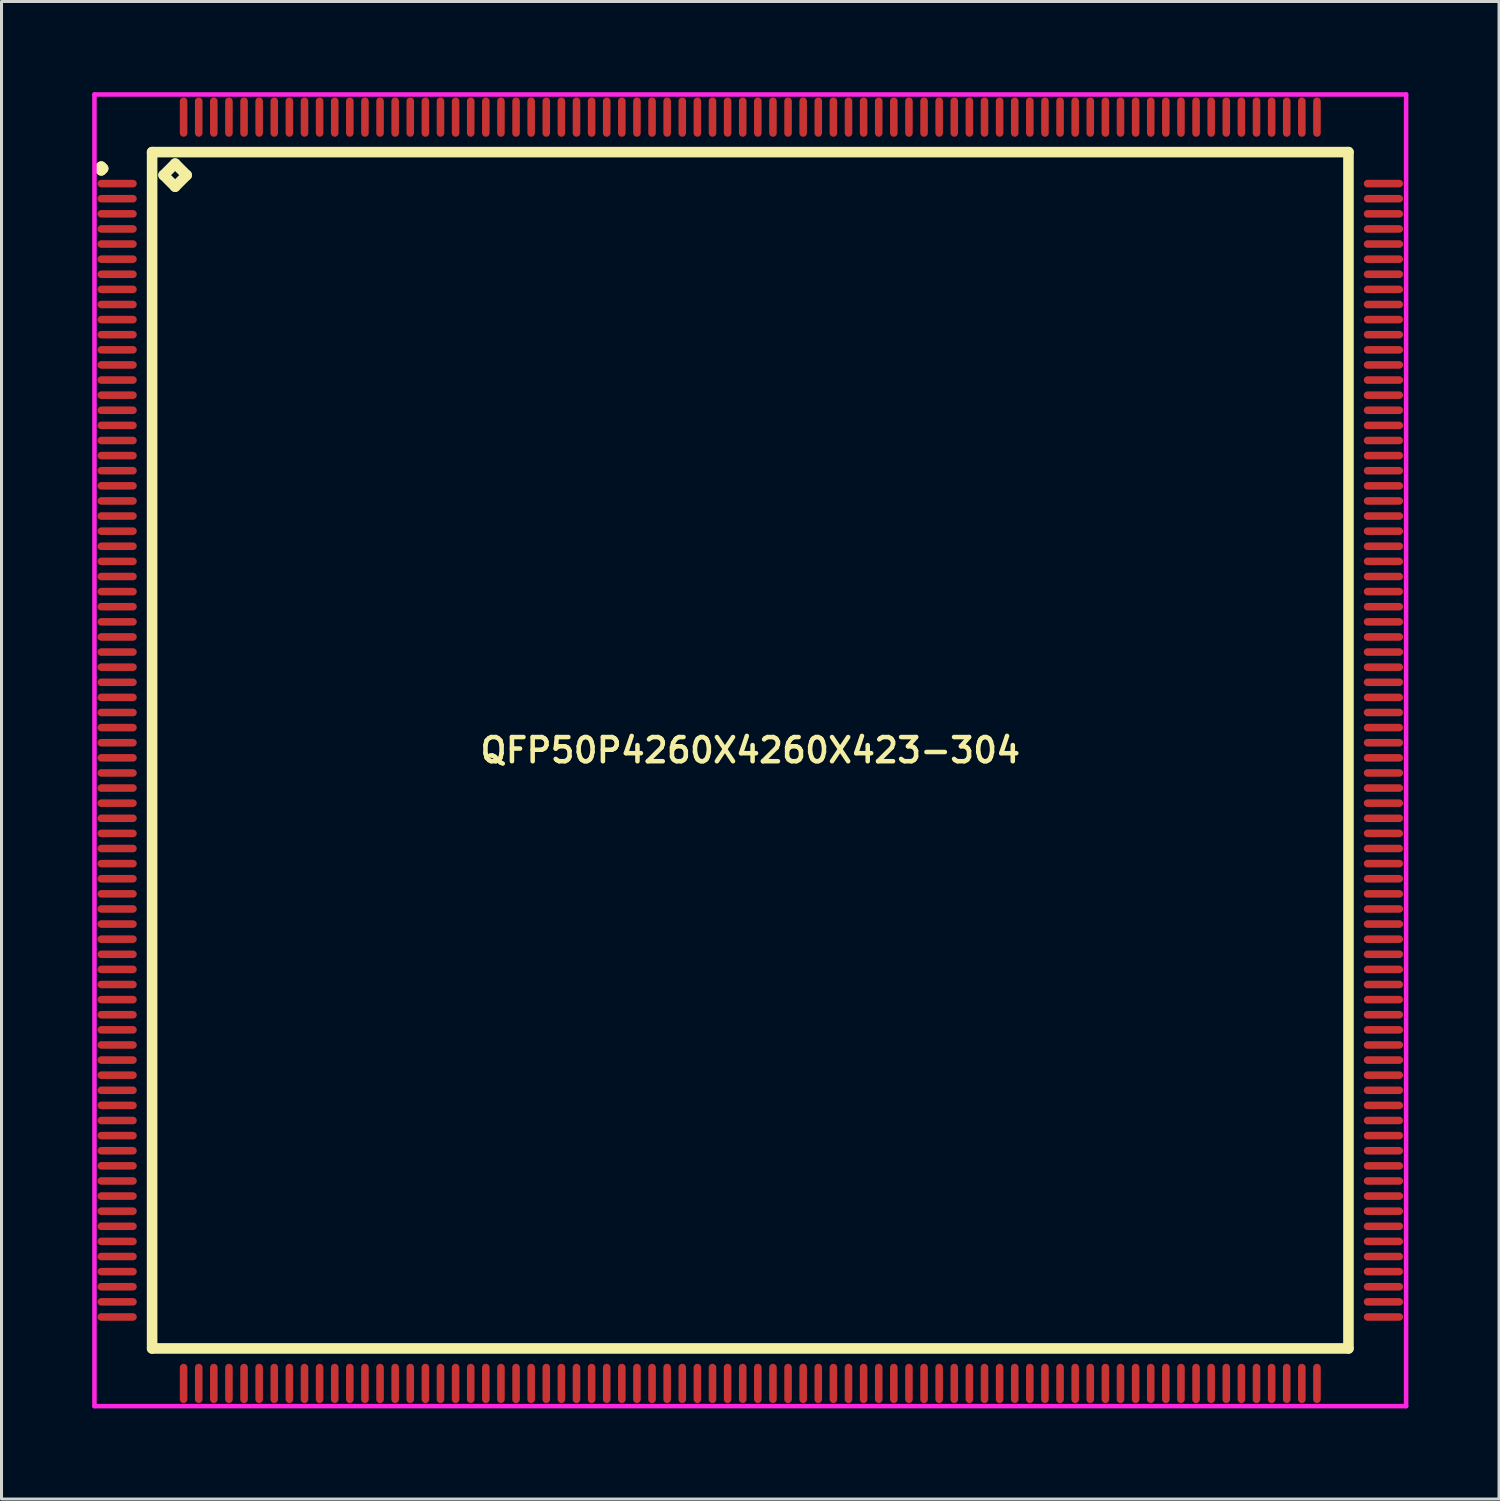
<source format=kicad_pcb>
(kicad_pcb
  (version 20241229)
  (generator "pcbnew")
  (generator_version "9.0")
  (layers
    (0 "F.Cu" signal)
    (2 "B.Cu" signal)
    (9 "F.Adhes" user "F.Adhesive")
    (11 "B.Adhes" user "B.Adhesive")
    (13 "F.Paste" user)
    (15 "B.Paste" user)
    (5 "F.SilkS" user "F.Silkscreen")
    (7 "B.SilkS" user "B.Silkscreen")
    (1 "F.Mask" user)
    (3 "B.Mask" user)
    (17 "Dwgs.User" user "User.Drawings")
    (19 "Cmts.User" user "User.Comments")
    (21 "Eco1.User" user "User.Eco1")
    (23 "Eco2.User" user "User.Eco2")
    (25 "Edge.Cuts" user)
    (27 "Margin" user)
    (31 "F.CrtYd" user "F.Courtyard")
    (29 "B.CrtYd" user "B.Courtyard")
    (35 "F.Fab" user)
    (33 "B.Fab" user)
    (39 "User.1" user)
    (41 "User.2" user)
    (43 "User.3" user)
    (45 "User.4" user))
  (footprint "QFP50P4260X4260X423-304"
    (layer "F.Cu")
    (at 21.775 21.775)
    (property "Reference" "QFP50P4260X4260X423-304" (at 0 0 0) (layer "F.SilkS") (effects (font (size 0.8 0.8) (thickness 0.15))))
    (attr smd)
    (fp_line (start -21.538 -19.25) (end -21.475 -19.312) (stroke (width 0.35) (type solid)) (layer "F.SilkS"))
    (fp_line (start -21.475 -19.312) (end -21.413 -19.25) (stroke (width 0.35) (type solid)) (layer "F.SilkS"))
    (fp_line (start -21.475 -19.188) (end -21.538 -19.25) (stroke (width 0.35) (type solid)) (layer "F.SilkS"))
    (fp_line (start -21.413 -19.25) (end -21.475 -19.188) (stroke (width 0.35) (type solid)) (layer "F.SilkS"))
    (fp_line (start -19.792 -19.792) (end -19.792 19.792) (stroke (width 0.35) (type solid)) (layer "F.SilkS"))
    (fp_line (start -19.792 19.792) (end 19.792 19.792) (stroke (width 0.35) (type solid)) (layer "F.SilkS"))
    (fp_line (start -19.411 -19.03) (end -19.03 -19.411) (stroke (width 0.35) (type solid)) (layer "F.SilkS"))
    (fp_line (start -19.03 -19.411) (end -18.649 -19.03) (stroke (width 0.35) (type solid)) (layer "F.SilkS"))
    (fp_line (start -19.03 -18.649) (end -19.411 -19.03) (stroke (width 0.35) (type solid)) (layer "F.SilkS"))
    (fp_line (start -18.649 -19.03) (end -19.03 -18.649) (stroke (width 0.35) (type solid)) (layer "F.SilkS"))
    (fp_line (start 19.792 -19.792) (end -19.792 -19.792) (stroke (width 0.35) (type solid)) (layer "F.SilkS"))
    (fp_line (start 19.792 19.792) (end 19.792 -19.792) (stroke (width 0.35) (type solid)) (layer "F.SilkS"))
    (fp_line (start -21.7 -21.7) (end 21.7 -21.7) (stroke (width 0.15) (type solid)) (layer "F.CrtYd"))
    (fp_line (start -21.7 21.7) (end -21.7 -21.7) (stroke (width 0.15) (type solid)) (layer "F.CrtYd"))
    (fp_line (start 21.7 -21.7) (end 21.7 21.7) (stroke (width 0.15) (type solid)) (layer "F.CrtYd"))
    (fp_line (start 21.7 21.7) (end -21.7 21.7) (stroke (width 0.15) (type solid)) (layer "F.CrtYd"))
    (pad "1" smd oval (at -20.95 -18.75) (size 1.3 0.25) (layers "F.Cu" "F.Mask" "F.Paste"))
    (pad "2" smd oval (at -20.95 -18.25) (size 1.3 0.25) (layers "F.Cu" "F.Mask" "F.Paste"))
    (pad "3" smd oval (at -20.95 -17.75) (size 1.3 0.25) (layers "F.Cu" "F.Mask" "F.Paste"))
    (pad "4" smd oval (at -20.95 -17.25) (size 1.3 0.25) (layers "F.Cu" "F.Mask" "F.Paste"))
    (pad "5" smd oval (at -20.95 -16.75) (size 1.3 0.25) (layers "F.Cu" "F.Mask" "F.Paste"))
    (pad "6" smd oval (at -20.95 -16.25) (size 1.3 0.25) (layers "F.Cu" "F.Mask" "F.Paste"))
    (pad "7" smd oval (at -20.95 -15.75) (size 1.3 0.25) (layers "F.Cu" "F.Mask" "F.Paste"))
    (pad "8" smd oval (at -20.95 -15.25) (size 1.3 0.25) (layers "F.Cu" "F.Mask" "F.Paste"))
    (pad "9" smd oval (at -20.95 -14.75) (size 1.3 0.25) (layers "F.Cu" "F.Mask" "F.Paste"))
    (pad "10" smd oval (at -20.95 -14.25) (size 1.3 0.25) (layers "F.Cu" "F.Mask" "F.Paste"))
    (pad "11" smd oval (at -20.95 -13.75) (size 1.3 0.25) (layers "F.Cu" "F.Mask" "F.Paste"))
    (pad "12" smd oval (at -20.95 -13.25) (size 1.3 0.25) (layers "F.Cu" "F.Mask" "F.Paste"))
    (pad "13" smd oval (at -20.95 -12.75) (size 1.3 0.25) (layers "F.Cu" "F.Mask" "F.Paste"))
    (pad "14" smd oval (at -20.95 -12.25) (size 1.3 0.25) (layers "F.Cu" "F.Mask" "F.Paste"))
    (pad "15" smd oval (at -20.95 -11.75) (size 1.3 0.25) (layers "F.Cu" "F.Mask" "F.Paste"))
    (pad "16" smd oval (at -20.95 -11.25) (size 1.3 0.25) (layers "F.Cu" "F.Mask" "F.Paste"))
    (pad "17" smd oval (at -20.95 -10.75) (size 1.3 0.25) (layers "F.Cu" "F.Mask" "F.Paste"))
    (pad "18" smd oval (at -20.95 -10.25) (size 1.3 0.25) (layers "F.Cu" "F.Mask" "F.Paste"))
    (pad "19" smd oval (at -20.95 -9.75) (size 1.3 0.25) (layers "F.Cu" "F.Mask" "F.Paste"))
    (pad "20" smd oval (at -20.95 -9.25) (size 1.3 0.25) (layers "F.Cu" "F.Mask" "F.Paste"))
    (pad "21" smd oval (at -20.95 -8.75) (size 1.3 0.25) (layers "F.Cu" "F.Mask" "F.Paste"))
    (pad "22" smd oval (at -20.95 -8.25) (size 1.3 0.25) (layers "F.Cu" "F.Mask" "F.Paste"))
    (pad "23" smd oval (at -20.95 -7.75) (size 1.3 0.25) (layers "F.Cu" "F.Mask" "F.Paste"))
    (pad "24" smd oval (at -20.95 -7.25) (size 1.3 0.25) (layers "F.Cu" "F.Mask" "F.Paste"))
    (pad "25" smd oval (at -20.95 -6.75) (size 1.3 0.25) (layers "F.Cu" "F.Mask" "F.Paste"))
    (pad "26" smd oval (at -20.95 -6.25) (size 1.3 0.25) (layers "F.Cu" "F.Mask" "F.Paste"))
    (pad "27" smd oval (at -20.95 -5.75) (size 1.3 0.25) (layers "F.Cu" "F.Mask" "F.Paste"))
    (pad "28" smd oval (at -20.95 -5.25) (size 1.3 0.25) (layers "F.Cu" "F.Mask" "F.Paste"))
    (pad "29" smd oval (at -20.95 -4.75) (size 1.3 0.25) (layers "F.Cu" "F.Mask" "F.Paste"))
    (pad "30" smd oval (at -20.95 -4.25) (size 1.3 0.25) (layers "F.Cu" "F.Mask" "F.Paste"))
    (pad "31" smd oval (at -20.95 -3.75) (size 1.3 0.25) (layers "F.Cu" "F.Mask" "F.Paste"))
    (pad "32" smd oval (at -20.95 -3.25) (size 1.3 0.25) (layers "F.Cu" "F.Mask" "F.Paste"))
    (pad "33" smd oval (at -20.95 -2.75) (size 1.3 0.25) (layers "F.Cu" "F.Mask" "F.Paste"))
    (pad "34" smd oval (at -20.95 -2.25) (size 1.3 0.25) (layers "F.Cu" "F.Mask" "F.Paste"))
    (pad "35" smd oval (at -20.95 -1.75) (size 1.3 0.25) (layers "F.Cu" "F.Mask" "F.Paste"))
    (pad "36" smd oval (at -20.95 -1.25) (size 1.3 0.25) (layers "F.Cu" "F.Mask" "F.Paste"))
    (pad "37" smd oval (at -20.95 -0.75) (size 1.3 0.25) (layers "F.Cu" "F.Mask" "F.Paste"))
    (pad "38" smd oval (at -20.95 -0.25) (size 1.3 0.25) (layers "F.Cu" "F.Mask" "F.Paste"))
    (pad "39" smd oval (at -20.95 0.25) (size 1.3 0.25) (layers "F.Cu" "F.Mask" "F.Paste"))
    (pad "40" smd oval (at -20.95 0.75) (size 1.3 0.25) (layers "F.Cu" "F.Mask" "F.Paste"))
    (pad "41" smd oval (at -20.95 1.25) (size 1.3 0.25) (layers "F.Cu" "F.Mask" "F.Paste"))
    (pad "42" smd oval (at -20.95 1.75) (size 1.3 0.25) (layers "F.Cu" "F.Mask" "F.Paste"))
    (pad "43" smd oval (at -20.95 2.25) (size 1.3 0.25) (layers "F.Cu" "F.Mask" "F.Paste"))
    (pad "44" smd oval (at -20.95 2.75) (size 1.3 0.25) (layers "F.Cu" "F.Mask" "F.Paste"))
    (pad "45" smd oval (at -20.95 3.25) (size 1.3 0.25) (layers "F.Cu" "F.Mask" "F.Paste"))
    (pad "46" smd oval (at -20.95 3.75) (size 1.3 0.25) (layers "F.Cu" "F.Mask" "F.Paste"))
    (pad "47" smd oval (at -20.95 4.25) (size 1.3 0.25) (layers "F.Cu" "F.Mask" "F.Paste"))
    (pad "48" smd oval (at -20.95 4.75) (size 1.3 0.25) (layers "F.Cu" "F.Mask" "F.Paste"))
    (pad "49" smd oval (at -20.95 5.25) (size 1.3 0.25) (layers "F.Cu" "F.Mask" "F.Paste"))
    (pad "50" smd oval (at -20.95 5.75) (size 1.3 0.25) (layers "F.Cu" "F.Mask" "F.Paste"))
    (pad "51" smd oval (at -20.95 6.25) (size 1.3 0.25) (layers "F.Cu" "F.Mask" "F.Paste"))
    (pad "52" smd oval (at -20.95 6.75) (size 1.3 0.25) (layers "F.Cu" "F.Mask" "F.Paste"))
    (pad "53" smd oval (at -20.95 7.25) (size 1.3 0.25) (layers "F.Cu" "F.Mask" "F.Paste"))
    (pad "54" smd oval (at -20.95 7.75) (size 1.3 0.25) (layers "F.Cu" "F.Mask" "F.Paste"))
    (pad "55" smd oval (at -20.95 8.25) (size 1.3 0.25) (layers "F.Cu" "F.Mask" "F.Paste"))
    (pad "56" smd oval (at -20.95 8.75) (size 1.3 0.25) (layers "F.Cu" "F.Mask" "F.Paste"))
    (pad "57" smd oval (at -20.95 9.25) (size 1.3 0.25) (layers "F.Cu" "F.Mask" "F.Paste"))
    (pad "58" smd oval (at -20.95 9.75) (size 1.3 0.25) (layers "F.Cu" "F.Mask" "F.Paste"))
    (pad "59" smd oval (at -20.95 10.25) (size 1.3 0.25) (layers "F.Cu" "F.Mask" "F.Paste"))
    (pad "60" smd oval (at -20.95 10.75) (size 1.3 0.25) (layers "F.Cu" "F.Mask" "F.Paste"))
    (pad "61" smd oval (at -20.95 11.25) (size 1.3 0.25) (layers "F.Cu" "F.Mask" "F.Paste"))
    (pad "62" smd oval (at -20.95 11.75) (size 1.3 0.25) (layers "F.Cu" "F.Mask" "F.Paste"))
    (pad "63" smd oval (at -20.95 12.25) (size 1.3 0.25) (layers "F.Cu" "F.Mask" "F.Paste"))
    (pad "64" smd oval (at -20.95 12.75) (size 1.3 0.25) (layers "F.Cu" "F.Mask" "F.Paste"))
    (pad "65" smd oval (at -20.95 13.25) (size 1.3 0.25) (layers "F.Cu" "F.Mask" "F.Paste"))
    (pad "66" smd oval (at -20.95 13.75) (size 1.3 0.25) (layers "F.Cu" "F.Mask" "F.Paste"))
    (pad "67" smd oval (at -20.95 14.25) (size 1.3 0.25) (layers "F.Cu" "F.Mask" "F.Paste"))
    (pad "68" smd oval (at -20.95 14.75) (size 1.3 0.25) (layers "F.Cu" "F.Mask" "F.Paste"))
    (pad "69" smd oval (at -20.95 15.25) (size 1.3 0.25) (layers "F.Cu" "F.Mask" "F.Paste"))
    (pad "70" smd oval (at -20.95 15.75) (size 1.3 0.25) (layers "F.Cu" "F.Mask" "F.Paste"))
    (pad "71" smd oval (at -20.95 16.25) (size 1.3 0.25) (layers "F.Cu" "F.Mask" "F.Paste"))
    (pad "72" smd oval (at -20.95 16.75) (size 1.3 0.25) (layers "F.Cu" "F.Mask" "F.Paste"))
    (pad "73" smd oval (at -20.95 17.25) (size 1.3 0.25) (layers "F.Cu" "F.Mask" "F.Paste"))
    (pad "74" smd oval (at -20.95 17.75) (size 1.3 0.25) (layers "F.Cu" "F.Mask" "F.Paste"))
    (pad "75" smd oval (at -20.95 18.25) (size 1.3 0.25) (layers "F.Cu" "F.Mask" "F.Paste"))
    (pad "76" smd oval (at -20.95 18.75) (size 1.3 0.25) (layers "F.Cu" "F.Mask" "F.Paste"))
    (pad "77" smd oval (at -18.75 20.95) (size 0.25 1.3) (layers "F.Cu" "F.Mask" "F.Paste"))
    (pad "78" smd oval (at -18.25 20.95) (size 0.25 1.3) (layers "F.Cu" "F.Mask" "F.Paste"))
    (pad "79" smd oval (at -17.75 20.95) (size 0.25 1.3) (layers "F.Cu" "F.Mask" "F.Paste"))
    (pad "80" smd oval (at -17.25 20.95) (size 0.25 1.3) (layers "F.Cu" "F.Mask" "F.Paste"))
    (pad "81" smd oval (at -16.75 20.95) (size 0.25 1.3) (layers "F.Cu" "F.Mask" "F.Paste"))
    (pad "82" smd oval (at -16.25 20.95) (size 0.25 1.3) (layers "F.Cu" "F.Mask" "F.Paste"))
    (pad "83" smd oval (at -15.75 20.95) (size 0.25 1.3) (layers "F.Cu" "F.Mask" "F.Paste"))
    (pad "84" smd oval (at -15.25 20.95) (size 0.25 1.3) (layers "F.Cu" "F.Mask" "F.Paste"))
    (pad "85" smd oval (at -14.75 20.95) (size 0.25 1.3) (layers "F.Cu" "F.Mask" "F.Paste"))
    (pad "86" smd oval (at -14.25 20.95) (size 0.25 1.3) (layers "F.Cu" "F.Mask" "F.Paste"))
    (pad "87" smd oval (at -13.75 20.95) (size 0.25 1.3) (layers "F.Cu" "F.Mask" "F.Paste"))
    (pad "88" smd oval (at -13.25 20.95) (size 0.25 1.3) (layers "F.Cu" "F.Mask" "F.Paste"))
    (pad "89" smd oval (at -12.75 20.95) (size 0.25 1.3) (layers "F.Cu" "F.Mask" "F.Paste"))
    (pad "90" smd oval (at -12.25 20.95) (size 0.25 1.3) (layers "F.Cu" "F.Mask" "F.Paste"))
    (pad "91" smd oval (at -11.75 20.95) (size 0.25 1.3) (layers "F.Cu" "F.Mask" "F.Paste"))
    (pad "92" smd oval (at -11.25 20.95) (size 0.25 1.3) (layers "F.Cu" "F.Mask" "F.Paste"))
    (pad "93" smd oval (at -10.75 20.95) (size 0.25 1.3) (layers "F.Cu" "F.Mask" "F.Paste"))
    (pad "94" smd oval (at -10.25 20.95) (size 0.25 1.3) (layers "F.Cu" "F.Mask" "F.Paste"))
    (pad "95" smd oval (at -9.75 20.95) (size 0.25 1.3) (layers "F.Cu" "F.Mask" "F.Paste"))
    (pad "96" smd oval (at -9.25 20.95) (size 0.25 1.3) (layers "F.Cu" "F.Mask" "F.Paste"))
    (pad "97" smd oval (at -8.75 20.95) (size 0.25 1.3) (layers "F.Cu" "F.Mask" "F.Paste"))
    (pad "98" smd oval (at -8.25 20.95) (size 0.25 1.3) (layers "F.Cu" "F.Mask" "F.Paste"))
    (pad "99" smd oval (at -7.75 20.95) (size 0.25 1.3) (layers "F.Cu" "F.Mask" "F.Paste"))
    (pad "100" smd oval (at -7.25 20.95) (size 0.25 1.3) (layers "F.Cu" "F.Mask" "F.Paste"))
    (pad "101" smd oval (at -6.75 20.95) (size 0.25 1.3) (layers "F.Cu" "F.Mask" "F.Paste"))
    (pad "102" smd oval (at -6.25 20.95) (size 0.25 1.3) (layers "F.Cu" "F.Mask" "F.Paste"))
    (pad "103" smd oval (at -5.75 20.95) (size 0.25 1.3) (layers "F.Cu" "F.Mask" "F.Paste"))
    (pad "104" smd oval (at -5.25 20.95) (size 0.25 1.3) (layers "F.Cu" "F.Mask" "F.Paste"))
    (pad "105" smd oval (at -4.75 20.95) (size 0.25 1.3) (layers "F.Cu" "F.Mask" "F.Paste"))
    (pad "106" smd oval (at -4.25 20.95) (size 0.25 1.3) (layers "F.Cu" "F.Mask" "F.Paste"))
    (pad "107" smd oval (at -3.75 20.95) (size 0.25 1.3) (layers "F.Cu" "F.Mask" "F.Paste"))
    (pad "108" smd oval (at -3.25 20.95) (size 0.25 1.3) (layers "F.Cu" "F.Mask" "F.Paste"))
    (pad "109" smd oval (at -2.75 20.95) (size 0.25 1.3) (layers "F.Cu" "F.Mask" "F.Paste"))
    (pad "110" smd oval (at -2.25 20.95) (size 0.25 1.3) (layers "F.Cu" "F.Mask" "F.Paste"))
    (pad "111" smd oval (at -1.75 20.95) (size 0.25 1.3) (layers "F.Cu" "F.Mask" "F.Paste"))
    (pad "112" smd oval (at -1.25 20.95) (size 0.25 1.3) (layers "F.Cu" "F.Mask" "F.Paste"))
    (pad "113" smd oval (at -0.75 20.95) (size 0.25 1.3) (layers "F.Cu" "F.Mask" "F.Paste"))
    (pad "114" smd oval (at -0.25 20.95) (size 0.25 1.3) (layers "F.Cu" "F.Mask" "F.Paste"))
    (pad "115" smd oval (at 0.25 20.95) (size 0.25 1.3) (layers "F.Cu" "F.Mask" "F.Paste"))
    (pad "116" smd oval (at 0.75 20.95) (size 0.25 1.3) (layers "F.Cu" "F.Mask" "F.Paste"))
    (pad "117" smd oval (at 1.25 20.95) (size 0.25 1.3) (layers "F.Cu" "F.Mask" "F.Paste"))
    (pad "118" smd oval (at 1.75 20.95) (size 0.25 1.3) (layers "F.Cu" "F.Mask" "F.Paste"))
    (pad "119" smd oval (at 2.25 20.95) (size 0.25 1.3) (layers "F.Cu" "F.Mask" "F.Paste"))
    (pad "120" smd oval (at 2.75 20.95) (size 0.25 1.3) (layers "F.Cu" "F.Mask" "F.Paste"))
    (pad "121" smd oval (at 3.25 20.95) (size 0.25 1.3) (layers "F.Cu" "F.Mask" "F.Paste"))
    (pad "122" smd oval (at 3.75 20.95) (size 0.25 1.3) (layers "F.Cu" "F.Mask" "F.Paste"))
    (pad "123" smd oval (at 4.25 20.95) (size 0.25 1.3) (layers "F.Cu" "F.Mask" "F.Paste"))
    (pad "124" smd oval (at 4.75 20.95) (size 0.25 1.3) (layers "F.Cu" "F.Mask" "F.Paste"))
    (pad "125" smd oval (at 5.25 20.95) (size 0.25 1.3) (layers "F.Cu" "F.Mask" "F.Paste"))
    (pad "126" smd oval (at 5.75 20.95) (size 0.25 1.3) (layers "F.Cu" "F.Mask" "F.Paste"))
    (pad "127" smd oval (at 6.25 20.95) (size 0.25 1.3) (layers "F.Cu" "F.Mask" "F.Paste"))
    (pad "128" smd oval (at 6.75 20.95) (size 0.25 1.3) (layers "F.Cu" "F.Mask" "F.Paste"))
    (pad "129" smd oval (at 7.25 20.95) (size 0.25 1.3) (layers "F.Cu" "F.Mask" "F.Paste"))
    (pad "130" smd oval (at 7.75 20.95) (size 0.25 1.3) (layers "F.Cu" "F.Mask" "F.Paste"))
    (pad "131" smd oval (at 8.25 20.95) (size 0.25 1.3) (layers "F.Cu" "F.Mask" "F.Paste"))
    (pad "132" smd oval (at 8.75 20.95) (size 0.25 1.3) (layers "F.Cu" "F.Mask" "F.Paste"))
    (pad "133" smd oval (at 9.25 20.95) (size 0.25 1.3) (layers "F.Cu" "F.Mask" "F.Paste"))
    (pad "134" smd oval (at 9.75 20.95) (size 0.25 1.3) (layers "F.Cu" "F.Mask" "F.Paste"))
    (pad "135" smd oval (at 10.25 20.95) (size 0.25 1.3) (layers "F.Cu" "F.Mask" "F.Paste"))
    (pad "136" smd oval (at 10.75 20.95) (size 0.25 1.3) (layers "F.Cu" "F.Mask" "F.Paste"))
    (pad "137" smd oval (at 11.25 20.95) (size 0.25 1.3) (layers "F.Cu" "F.Mask" "F.Paste"))
    (pad "138" smd oval (at 11.75 20.95) (size 0.25 1.3) (layers "F.Cu" "F.Mask" "F.Paste"))
    (pad "139" smd oval (at 12.25 20.95) (size 0.25 1.3) (layers "F.Cu" "F.Mask" "F.Paste"))
    (pad "140" smd oval (at 12.75 20.95) (size 0.25 1.3) (layers "F.Cu" "F.Mask" "F.Paste"))
    (pad "141" smd oval (at 13.25 20.95) (size 0.25 1.3) (layers "F.Cu" "F.Mask" "F.Paste"))
    (pad "142" smd oval (at 13.75 20.95) (size 0.25 1.3) (layers "F.Cu" "F.Mask" "F.Paste"))
    (pad "143" smd oval (at 14.25 20.95) (size 0.25 1.3) (layers "F.Cu" "F.Mask" "F.Paste"))
    (pad "144" smd oval (at 14.75 20.95) (size 0.25 1.3) (layers "F.Cu" "F.Mask" "F.Paste"))
    (pad "145" smd oval (at 15.25 20.95) (size 0.25 1.3) (layers "F.Cu" "F.Mask" "F.Paste"))
    (pad "146" smd oval (at 15.75 20.95) (size 0.25 1.3) (layers "F.Cu" "F.Mask" "F.Paste"))
    (pad "147" smd oval (at 16.25 20.95) (size 0.25 1.3) (layers "F.Cu" "F.Mask" "F.Paste"))
    (pad "148" smd oval (at 16.75 20.95) (size 0.25 1.3) (layers "F.Cu" "F.Mask" "F.Paste"))
    (pad "149" smd oval (at 17.25 20.95) (size 0.25 1.3) (layers "F.Cu" "F.Mask" "F.Paste"))
    (pad "150" smd oval (at 17.75 20.95) (size 0.25 1.3) (layers "F.Cu" "F.Mask" "F.Paste"))
    (pad "151" smd oval (at 18.25 20.95) (size 0.25 1.3) (layers "F.Cu" "F.Mask" "F.Paste"))
    (pad "152" smd oval (at 18.75 20.95) (size 0.25 1.3) (layers "F.Cu" "F.Mask" "F.Paste"))
    (pad "153" smd oval (at 20.95 18.75) (size 1.3 0.25) (layers "F.Cu" "F.Mask" "F.Paste"))
    (pad "154" smd oval (at 20.95 18.25) (size 1.3 0.25) (layers "F.Cu" "F.Mask" "F.Paste"))
    (pad "155" smd oval (at 20.95 17.75) (size 1.3 0.25) (layers "F.Cu" "F.Mask" "F.Paste"))
    (pad "156" smd oval (at 20.95 17.25) (size 1.3 0.25) (layers "F.Cu" "F.Mask" "F.Paste"))
    (pad "157" smd oval (at 20.95 16.75) (size 1.3 0.25) (layers "F.Cu" "F.Mask" "F.Paste"))
    (pad "158" smd oval (at 20.95 16.25) (size 1.3 0.25) (layers "F.Cu" "F.Mask" "F.Paste"))
    (pad "159" smd oval (at 20.95 15.75) (size 1.3 0.25) (layers "F.Cu" "F.Mask" "F.Paste"))
    (pad "160" smd oval (at 20.95 15.25) (size 1.3 0.25) (layers "F.Cu" "F.Mask" "F.Paste"))
    (pad "161" smd oval (at 20.95 14.75) (size 1.3 0.25) (layers "F.Cu" "F.Mask" "F.Paste"))
    (pad "162" smd oval (at 20.95 14.25) (size 1.3 0.25) (layers "F.Cu" "F.Mask" "F.Paste"))
    (pad "163" smd oval (at 20.95 13.75) (size 1.3 0.25) (layers "F.Cu" "F.Mask" "F.Paste"))
    (pad "164" smd oval (at 20.95 13.25) (size 1.3 0.25) (layers "F.Cu" "F.Mask" "F.Paste"))
    (pad "165" smd oval (at 20.95 12.75) (size 1.3 0.25) (layers "F.Cu" "F.Mask" "F.Paste"))
    (pad "166" smd oval (at 20.95 12.25) (size 1.3 0.25) (layers "F.Cu" "F.Mask" "F.Paste"))
    (pad "167" smd oval (at 20.95 11.75) (size 1.3 0.25) (layers "F.Cu" "F.Mask" "F.Paste"))
    (pad "168" smd oval (at 20.95 11.25) (size 1.3 0.25) (layers "F.Cu" "F.Mask" "F.Paste"))
    (pad "169" smd oval (at 20.95 10.75) (size 1.3 0.25) (layers "F.Cu" "F.Mask" "F.Paste"))
    (pad "170" smd oval (at 20.95 10.25) (size 1.3 0.25) (layers "F.Cu" "F.Mask" "F.Paste"))
    (pad "171" smd oval (at 20.95 9.75) (size 1.3 0.25) (layers "F.Cu" "F.Mask" "F.Paste"))
    (pad "172" smd oval (at 20.95 9.25) (size 1.3 0.25) (layers "F.Cu" "F.Mask" "F.Paste"))
    (pad "173" smd oval (at 20.95 8.75) (size 1.3 0.25) (layers "F.Cu" "F.Mask" "F.Paste"))
    (pad "174" smd oval (at 20.95 8.25) (size 1.3 0.25) (layers "F.Cu" "F.Mask" "F.Paste"))
    (pad "175" smd oval (at 20.95 7.75) (size 1.3 0.25) (layers "F.Cu" "F.Mask" "F.Paste"))
    (pad "176" smd oval (at 20.95 7.25) (size 1.3 0.25) (layers "F.Cu" "F.Mask" "F.Paste"))
    (pad "177" smd oval (at 20.95 6.75) (size 1.3 0.25) (layers "F.Cu" "F.Mask" "F.Paste"))
    (pad "178" smd oval (at 20.95 6.25) (size 1.3 0.25) (layers "F.Cu" "F.Mask" "F.Paste"))
    (pad "179" smd oval (at 20.95 5.75) (size 1.3 0.25) (layers "F.Cu" "F.Mask" "F.Paste"))
    (pad "180" smd oval (at 20.95 5.25) (size 1.3 0.25) (layers "F.Cu" "F.Mask" "F.Paste"))
    (pad "181" smd oval (at 20.95 4.75) (size 1.3 0.25) (layers "F.Cu" "F.Mask" "F.Paste"))
    (pad "182" smd oval (at 20.95 4.25) (size 1.3 0.25) (layers "F.Cu" "F.Mask" "F.Paste"))
    (pad "183" smd oval (at 20.95 3.75) (size 1.3 0.25) (layers "F.Cu" "F.Mask" "F.Paste"))
    (pad "184" smd oval (at 20.95 3.25) (size 1.3 0.25) (layers "F.Cu" "F.Mask" "F.Paste"))
    (pad "185" smd oval (at 20.95 2.75) (size 1.3 0.25) (layers "F.Cu" "F.Mask" "F.Paste"))
    (pad "186" smd oval (at 20.95 2.25) (size 1.3 0.25) (layers "F.Cu" "F.Mask" "F.Paste"))
    (pad "187" smd oval (at 20.95 1.75) (size 1.3 0.25) (layers "F.Cu" "F.Mask" "F.Paste"))
    (pad "188" smd oval (at 20.95 1.25) (size 1.3 0.25) (layers "F.Cu" "F.Mask" "F.Paste"))
    (pad "189" smd oval (at 20.95 0.75) (size 1.3 0.25) (layers "F.Cu" "F.Mask" "F.Paste"))
    (pad "190" smd oval (at 20.95 0.25) (size 1.3 0.25) (layers "F.Cu" "F.Mask" "F.Paste"))
    (pad "191" smd oval (at 20.95 -0.25) (size 1.3 0.25) (layers "F.Cu" "F.Mask" "F.Paste"))
    (pad "192" smd oval (at 20.95 -0.75) (size 1.3 0.25) (layers "F.Cu" "F.Mask" "F.Paste"))
    (pad "193" smd oval (at 20.95 -1.25) (size 1.3 0.25) (layers "F.Cu" "F.Mask" "F.Paste"))
    (pad "194" smd oval (at 20.95 -1.75) (size 1.3 0.25) (layers "F.Cu" "F.Mask" "F.Paste"))
    (pad "195" smd oval (at 20.95 -2.25) (size 1.3 0.25) (layers "F.Cu" "F.Mask" "F.Paste"))
    (pad "196" smd oval (at 20.95 -2.75) (size 1.3 0.25) (layers "F.Cu" "F.Mask" "F.Paste"))
    (pad "197" smd oval (at 20.95 -3.25) (size 1.3 0.25) (layers "F.Cu" "F.Mask" "F.Paste"))
    (pad "198" smd oval (at 20.95 -3.75) (size 1.3 0.25) (layers "F.Cu" "F.Mask" "F.Paste"))
    (pad "199" smd oval (at 20.95 -4.25) (size 1.3 0.25) (layers "F.Cu" "F.Mask" "F.Paste"))
    (pad "200" smd oval (at 20.95 -4.75) (size 1.3 0.25) (layers "F.Cu" "F.Mask" "F.Paste"))
    (pad "201" smd oval (at 20.95 -5.25) (size 1.3 0.25) (layers "F.Cu" "F.Mask" "F.Paste"))
    (pad "202" smd oval (at 20.95 -5.75) (size 1.3 0.25) (layers "F.Cu" "F.Mask" "F.Paste"))
    (pad "203" smd oval (at 20.95 -6.25) (size 1.3 0.25) (layers "F.Cu" "F.Mask" "F.Paste"))
    (pad "204" smd oval (at 20.95 -6.75) (size 1.3 0.25) (layers "F.Cu" "F.Mask" "F.Paste"))
    (pad "205" smd oval (at 20.95 -7.25) (size 1.3 0.25) (layers "F.Cu" "F.Mask" "F.Paste"))
    (pad "206" smd oval (at 20.95 -7.75) (size 1.3 0.25) (layers "F.Cu" "F.Mask" "F.Paste"))
    (pad "207" smd oval (at 20.95 -8.25) (size 1.3 0.25) (layers "F.Cu" "F.Mask" "F.Paste"))
    (pad "208" smd oval (at 20.95 -8.75) (size 1.3 0.25) (layers "F.Cu" "F.Mask" "F.Paste"))
    (pad "209" smd oval (at 20.95 -9.25) (size 1.3 0.25) (layers "F.Cu" "F.Mask" "F.Paste"))
    (pad "210" smd oval (at 20.95 -9.75) (size 1.3 0.25) (layers "F.Cu" "F.Mask" "F.Paste"))
    (pad "211" smd oval (at 20.95 -10.25) (size 1.3 0.25) (layers "F.Cu" "F.Mask" "F.Paste"))
    (pad "212" smd oval (at 20.95 -10.75) (size 1.3 0.25) (layers "F.Cu" "F.Mask" "F.Paste"))
    (pad "213" smd oval (at 20.95 -11.25) (size 1.3 0.25) (layers "F.Cu" "F.Mask" "F.Paste"))
    (pad "214" smd oval (at 20.95 -11.75) (size 1.3 0.25) (layers "F.Cu" "F.Mask" "F.Paste"))
    (pad "215" smd oval (at 20.95 -12.25) (size 1.3 0.25) (layers "F.Cu" "F.Mask" "F.Paste"))
    (pad "216" smd oval (at 20.95 -12.75) (size 1.3 0.25) (layers "F.Cu" "F.Mask" "F.Paste"))
    (pad "217" smd oval (at 20.95 -13.25) (size 1.3 0.25) (layers "F.Cu" "F.Mask" "F.Paste"))
    (pad "218" smd oval (at 20.95 -13.75) (size 1.3 0.25) (layers "F.Cu" "F.Mask" "F.Paste"))
    (pad "219" smd oval (at 20.95 -14.25) (size 1.3 0.25) (layers "F.Cu" "F.Mask" "F.Paste"))
    (pad "220" smd oval (at 20.95 -14.75) (size 1.3 0.25) (layers "F.Cu" "F.Mask" "F.Paste"))
    (pad "221" smd oval (at 20.95 -15.25) (size 1.3 0.25) (layers "F.Cu" "F.Mask" "F.Paste"))
    (pad "222" smd oval (at 20.95 -15.75) (size 1.3 0.25) (layers "F.Cu" "F.Mask" "F.Paste"))
    (pad "223" smd oval (at 20.95 -16.25) (size 1.3 0.25) (layers "F.Cu" "F.Mask" "F.Paste"))
    (pad "224" smd oval (at 20.95 -16.75) (size 1.3 0.25) (layers "F.Cu" "F.Mask" "F.Paste"))
    (pad "225" smd oval (at 20.95 -17.25) (size 1.3 0.25) (layers "F.Cu" "F.Mask" "F.Paste"))
    (pad "226" smd oval (at 20.95 -17.75) (size 1.3 0.25) (layers "F.Cu" "F.Mask" "F.Paste"))
    (pad "227" smd oval (at 20.95 -18.25) (size 1.3 0.25) (layers "F.Cu" "F.Mask" "F.Paste"))
    (pad "228" smd oval (at 20.95 -18.75) (size 1.3 0.25) (layers "F.Cu" "F.Mask" "F.Paste"))
    (pad "229" smd oval (at 18.75 -20.95) (size 0.25 1.3) (layers "F.Cu" "F.Mask" "F.Paste"))
    (pad "230" smd oval (at 18.25 -20.95) (size 0.25 1.3) (layers "F.Cu" "F.Mask" "F.Paste"))
    (pad "231" smd oval (at 17.75 -20.95) (size 0.25 1.3) (layers "F.Cu" "F.Mask" "F.Paste"))
    (pad "232" smd oval (at 17.25 -20.95) (size 0.25 1.3) (layers "F.Cu" "F.Mask" "F.Paste"))
    (pad "233" smd oval (at 16.75 -20.95) (size 0.25 1.3) (layers "F.Cu" "F.Mask" "F.Paste"))
    (pad "234" smd oval (at 16.25 -20.95) (size 0.25 1.3) (layers "F.Cu" "F.Mask" "F.Paste"))
    (pad "235" smd oval (at 15.75 -20.95) (size 0.25 1.3) (layers "F.Cu" "F.Mask" "F.Paste"))
    (pad "236" smd oval (at 15.25 -20.95) (size 0.25 1.3) (layers "F.Cu" "F.Mask" "F.Paste"))
    (pad "237" smd oval (at 14.75 -20.95) (size 0.25 1.3) (layers "F.Cu" "F.Mask" "F.Paste"))
    (pad "238" smd oval (at 14.25 -20.95) (size 0.25 1.3) (layers "F.Cu" "F.Mask" "F.Paste"))
    (pad "239" smd oval (at 13.75 -20.95) (size 0.25 1.3) (layers "F.Cu" "F.Mask" "F.Paste"))
    (pad "240" smd oval (at 13.25 -20.95) (size 0.25 1.3) (layers "F.Cu" "F.Mask" "F.Paste"))
    (pad "241" smd oval (at 12.75 -20.95) (size 0.25 1.3) (layers "F.Cu" "F.Mask" "F.Paste"))
    (pad "242" smd oval (at 12.25 -20.95) (size 0.25 1.3) (layers "F.Cu" "F.Mask" "F.Paste"))
    (pad "243" smd oval (at 11.75 -20.95) (size 0.25 1.3) (layers "F.Cu" "F.Mask" "F.Paste"))
    (pad "244" smd oval (at 11.25 -20.95) (size 0.25 1.3) (layers "F.Cu" "F.Mask" "F.Paste"))
    (pad "245" smd oval (at 10.75 -20.95) (size 0.25 1.3) (layers "F.Cu" "F.Mask" "F.Paste"))
    (pad "246" smd oval (at 10.25 -20.95) (size 0.25 1.3) (layers "F.Cu" "F.Mask" "F.Paste"))
    (pad "247" smd oval (at 9.75 -20.95) (size 0.25 1.3) (layers "F.Cu" "F.Mask" "F.Paste"))
    (pad "248" smd oval (at 9.25 -20.95) (size 0.25 1.3) (layers "F.Cu" "F.Mask" "F.Paste"))
    (pad "249" smd oval (at 8.75 -20.95) (size 0.25 1.3) (layers "F.Cu" "F.Mask" "F.Paste"))
    (pad "250" smd oval (at 8.25 -20.95) (size 0.25 1.3) (layers "F.Cu" "F.Mask" "F.Paste"))
    (pad "251" smd oval (at 7.75 -20.95) (size 0.25 1.3) (layers "F.Cu" "F.Mask" "F.Paste"))
    (pad "252" smd oval (at 7.25 -20.95) (size 0.25 1.3) (layers "F.Cu" "F.Mask" "F.Paste"))
    (pad "253" smd oval (at 6.75 -20.95) (size 0.25 1.3) (layers "F.Cu" "F.Mask" "F.Paste"))
    (pad "254" smd oval (at 6.25 -20.95) (size 0.25 1.3) (layers "F.Cu" "F.Mask" "F.Paste"))
    (pad "255" smd oval (at 5.75 -20.95) (size 0.25 1.3) (layers "F.Cu" "F.Mask" "F.Paste"))
    (pad "256" smd oval (at 5.25 -20.95) (size 0.25 1.3) (layers "F.Cu" "F.Mask" "F.Paste"))
    (pad "257" smd oval (at 4.75 -20.95) (size 0.25 1.3) (layers "F.Cu" "F.Mask" "F.Paste"))
    (pad "258" smd oval (at 4.25 -20.95) (size 0.25 1.3) (layers "F.Cu" "F.Mask" "F.Paste"))
    (pad "259" smd oval (at 3.75 -20.95) (size 0.25 1.3) (layers "F.Cu" "F.Mask" "F.Paste"))
    (pad "260" smd oval (at 3.25 -20.95) (size 0.25 1.3) (layers "F.Cu" "F.Mask" "F.Paste"))
    (pad "261" smd oval (at 2.75 -20.95) (size 0.25 1.3) (layers "F.Cu" "F.Mask" "F.Paste"))
    (pad "262" smd oval (at 2.25 -20.95) (size 0.25 1.3) (layers "F.Cu" "F.Mask" "F.Paste"))
    (pad "263" smd oval (at 1.75 -20.95) (size 0.25 1.3) (layers "F.Cu" "F.Mask" "F.Paste"))
    (pad "264" smd oval (at 1.25 -20.95) (size 0.25 1.3) (layers "F.Cu" "F.Mask" "F.Paste"))
    (pad "265" smd oval (at 0.75 -20.95) (size 0.25 1.3) (layers "F.Cu" "F.Mask" "F.Paste"))
    (pad "266" smd oval (at 0.25 -20.95) (size 0.25 1.3) (layers "F.Cu" "F.Mask" "F.Paste"))
    (pad "267" smd oval (at -0.25 -20.95) (size 0.25 1.3) (layers "F.Cu" "F.Mask" "F.Paste"))
    (pad "268" smd oval (at -0.75 -20.95) (size 0.25 1.3) (layers "F.Cu" "F.Mask" "F.Paste"))
    (pad "269" smd oval (at -1.25 -20.95) (size 0.25 1.3) (layers "F.Cu" "F.Mask" "F.Paste"))
    (pad "270" smd oval (at -1.75 -20.95) (size 0.25 1.3) (layers "F.Cu" "F.Mask" "F.Paste"))
    (pad "271" smd oval (at -2.25 -20.95) (size 0.25 1.3) (layers "F.Cu" "F.Mask" "F.Paste"))
    (pad "272" smd oval (at -2.75 -20.95) (size 0.25 1.3) (layers "F.Cu" "F.Mask" "F.Paste"))
    (pad "273" smd oval (at -3.25 -20.95) (size 0.25 1.3) (layers "F.Cu" "F.Mask" "F.Paste"))
    (pad "274" smd oval (at -3.75 -20.95) (size 0.25 1.3) (layers "F.Cu" "F.Mask" "F.Paste"))
    (pad "275" smd oval (at -4.25 -20.95) (size 0.25 1.3) (layers "F.Cu" "F.Mask" "F.Paste"))
    (pad "276" smd oval (at -4.75 -20.95) (size 0.25 1.3) (layers "F.Cu" "F.Mask" "F.Paste"))
    (pad "277" smd oval (at -5.25 -20.95) (size 0.25 1.3) (layers "F.Cu" "F.Mask" "F.Paste"))
    (pad "278" smd oval (at -5.75 -20.95) (size 0.25 1.3) (layers "F.Cu" "F.Mask" "F.Paste"))
    (pad "279" smd oval (at -6.25 -20.95) (size 0.25 1.3) (layers "F.Cu" "F.Mask" "F.Paste"))
    (pad "280" smd oval (at -6.75 -20.95) (size 0.25 1.3) (layers "F.Cu" "F.Mask" "F.Paste"))
    (pad "281" smd oval (at -7.25 -20.95) (size 0.25 1.3) (layers "F.Cu" "F.Mask" "F.Paste"))
    (pad "282" smd oval (at -7.75 -20.95) (size 0.25 1.3) (layers "F.Cu" "F.Mask" "F.Paste"))
    (pad "283" smd oval (at -8.25 -20.95) (size 0.25 1.3) (layers "F.Cu" "F.Mask" "F.Paste"))
    (pad "284" smd oval (at -8.75 -20.95) (size 0.25 1.3) (layers "F.Cu" "F.Mask" "F.Paste"))
    (pad "285" smd oval (at -9.25 -20.95) (size 0.25 1.3) (layers "F.Cu" "F.Mask" "F.Paste"))
    (pad "286" smd oval (at -9.75 -20.95) (size 0.25 1.3) (layers "F.Cu" "F.Mask" "F.Paste"))
    (pad "287" smd oval (at -10.25 -20.95) (size 0.25 1.3) (layers "F.Cu" "F.Mask" "F.Paste"))
    (pad "288" smd oval (at -10.75 -20.95) (size 0.25 1.3) (layers "F.Cu" "F.Mask" "F.Paste"))
    (pad "289" smd oval (at -11.25 -20.95) (size 0.25 1.3) (layers "F.Cu" "F.Mask" "F.Paste"))
    (pad "290" smd oval (at -11.75 -20.95) (size 0.25 1.3) (layers "F.Cu" "F.Mask" "F.Paste"))
    (pad "291" smd oval (at -12.25 -20.95) (size 0.25 1.3) (layers "F.Cu" "F.Mask" "F.Paste"))
    (pad "292" smd oval (at -12.75 -20.95) (size 0.25 1.3) (layers "F.Cu" "F.Mask" "F.Paste"))
    (pad "293" smd oval (at -13.25 -20.95) (size 0.25 1.3) (layers "F.Cu" "F.Mask" "F.Paste"))
    (pad "294" smd oval (at -13.75 -20.95) (size 0.25 1.3) (layers "F.Cu" "F.Mask" "F.Paste"))
    (pad "295" smd oval (at -14.25 -20.95) (size 0.25 1.3) (layers "F.Cu" "F.Mask" "F.Paste"))
    (pad "296" smd oval (at -14.75 -20.95) (size 0.25 1.3) (layers "F.Cu" "F.Mask" "F.Paste"))
    (pad "297" smd oval (at -15.25 -20.95) (size 0.25 1.3) (layers "F.Cu" "F.Mask" "F.Paste"))
    (pad "298" smd oval (at -15.75 -20.95) (size 0.25 1.3) (layers "F.Cu" "F.Mask" "F.Paste"))
    (pad "299" smd oval (at -16.25 -20.95) (size 0.25 1.3) (layers "F.Cu" "F.Mask" "F.Paste"))
    (pad "300" smd oval (at -16.75 -20.95) (size 0.25 1.3) (layers "F.Cu" "F.Mask" "F.Paste"))
    (pad "301" smd oval (at -17.25 -20.95) (size 0.25 1.3) (layers "F.Cu" "F.Mask" "F.Paste"))
    (pad "302" smd oval (at -17.75 -20.95) (size 0.25 1.3) (layers "F.Cu" "F.Mask" "F.Paste"))
    (pad "303" smd oval (at -18.25 -20.95) (size 0.25 1.3) (layers "F.Cu" "F.Mask" "F.Paste"))
    (pad "304" smd oval (at -18.75 -20.95) (size 0.25 1.3) (layers "F.Cu" "F.Mask" "F.Paste")))
  (gr_rect
    (start -3 -3)
    (end 46.55 46.55)
    (stroke (width 0.1) (type default))
    (fill no)
    (layer "Edge.Cuts")))
</source>
